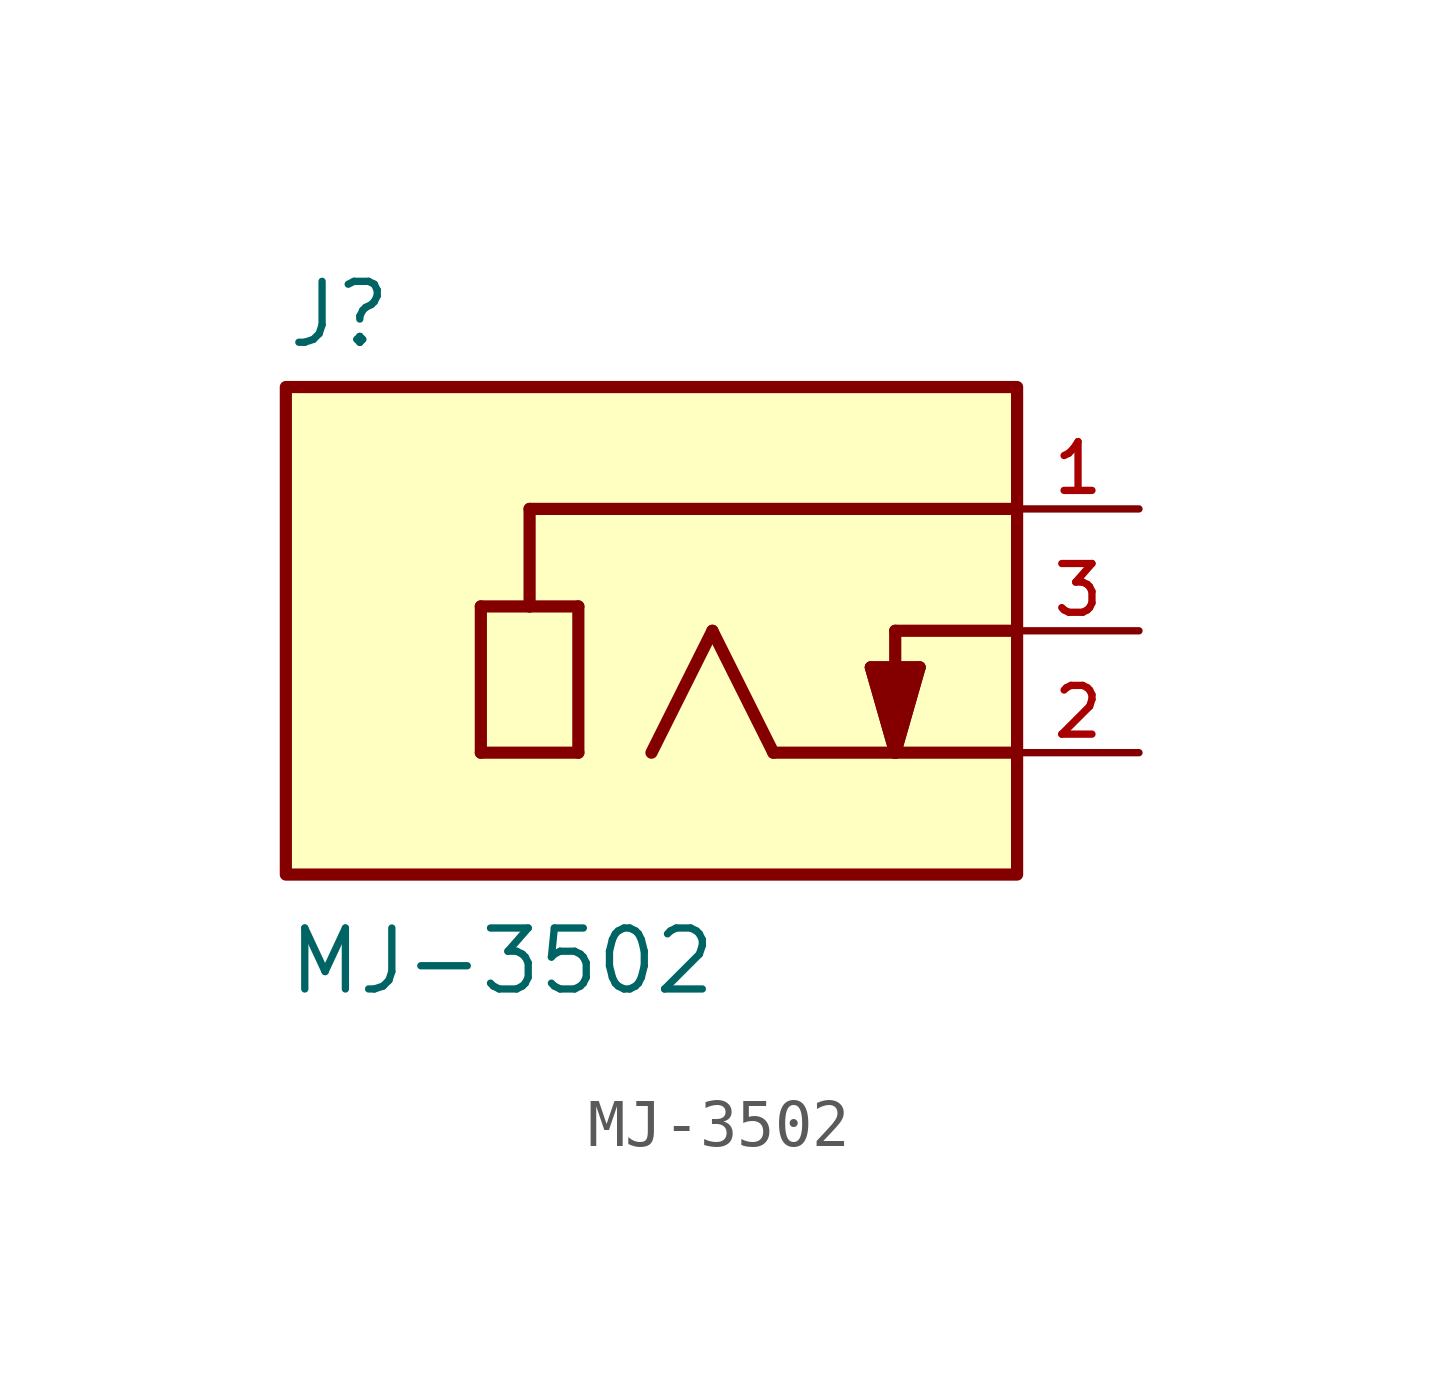
<source format=kicad_sym>
(kicad_symbol_lib
  (version 20211014)
  (generator kicad_symbol_editor)
  (symbol "MJ-3502"
    (pin_names
      (offset 1.016))
    (property "Reference" "J"
      (at -7.63 5.85 0)
      (effects (font (size 1.27 1.27)) (justify bottom left)))
    (property "Value" "MJ-3502"
      (at -7.628 -7.628 0)
      (effects (font (size 1.27 1.27)) (justify bottom left)))
    (symbol "MJ-3502_0_0"
      (polyline (pts (xy -3.556 0.508) (xy -3.556 -2.54)) (stroke (width 0.254)))
      (polyline (pts (xy -3.556 -2.54) (xy -1.524 -2.54)) (stroke (width 0.254)))
      (polyline (pts (xy -1.524 -2.54) (xy -1.524 0.508)) (stroke (width 0.254)))
      (polyline (pts (xy -1.524 0.508) (xy -2.54 0.508)) (stroke (width 0.254)))
      (polyline (pts (xy -2.54 0.508) (xy -3.556 0.508)) (stroke (width 0.254)))
      (polyline (pts (xy -2.54 0.508) (xy -2.54 2.54)) (stroke (width 0.254)))
      (polyline (pts (xy -2.54 2.54) (xy 7.62 2.54)) (stroke (width 0.254)))
      (polyline (pts (xy 0.0 -2.54) (xy 1.27 0.0)) (stroke (width 0.254)))
      (polyline (pts (xy 1.27 0.0) (xy 2.54 -2.54)) (stroke (width 0.254)))
      (polyline (pts (xy 2.54 -2.54) (xy 5.08 -2.54)) (stroke (width 0.254)))
      (polyline (pts (xy 5.08 -2.54) (xy 7.62 -2.54)) (stroke (width 0.254)))
      (polyline (pts (xy 4.572 -0.762) (xy 5.08 -2.54)) (stroke (width 0.254)))
      (polyline (pts (xy 5.08 -2.54) (xy 5.588 -0.762)) (stroke (width 0.254)))
      (polyline (pts (xy 5.588 -0.762) (xy 5.08 -0.762)) (stroke (width 0.254)))
      (polyline (pts (xy 5.588 -0.762) (xy 4.572 -0.762) (xy 5.08 -2.54) (xy 5.588 -0.762)) (stroke (width 0.254)) (fill (type outline)))
      (polyline (pts (xy 5.08 -0.762) (xy 4.572 -0.762)) (stroke (width 0.254)))
      (polyline (pts (xy 7.62 0.0) (xy 5.08 0.0)) (stroke (width 0.254)))
      (polyline (pts (xy 5.08 0.0) (xy 5.08 -0.762)) (stroke (width 0.254)))
      (rectangle (start -7.62 -5.08) (end 7.62 5.08) (stroke (width 0.254)) (fill (type background)))
      (pin passive line (at 10.16 2.54 180.0) (length 2.54) (name "~" (effects (font (size 1.016 1.016)))) (number "1" (effects (font (size 1.016 1.016)))))
      (pin passive line (at 10.16 -2.54 180.0) (length 2.54) (name "~" (effects (font (size 1.016 1.016)))) (number "2" (effects (font (size 1.016 1.016)))))
      (pin passive line (at 10.16 0.0 180.0) (length 2.54) (name "~" (effects (font (size 1.016 1.016)))) (number "3" (effects (font (size 1.016 1.016))))))))
</source>
